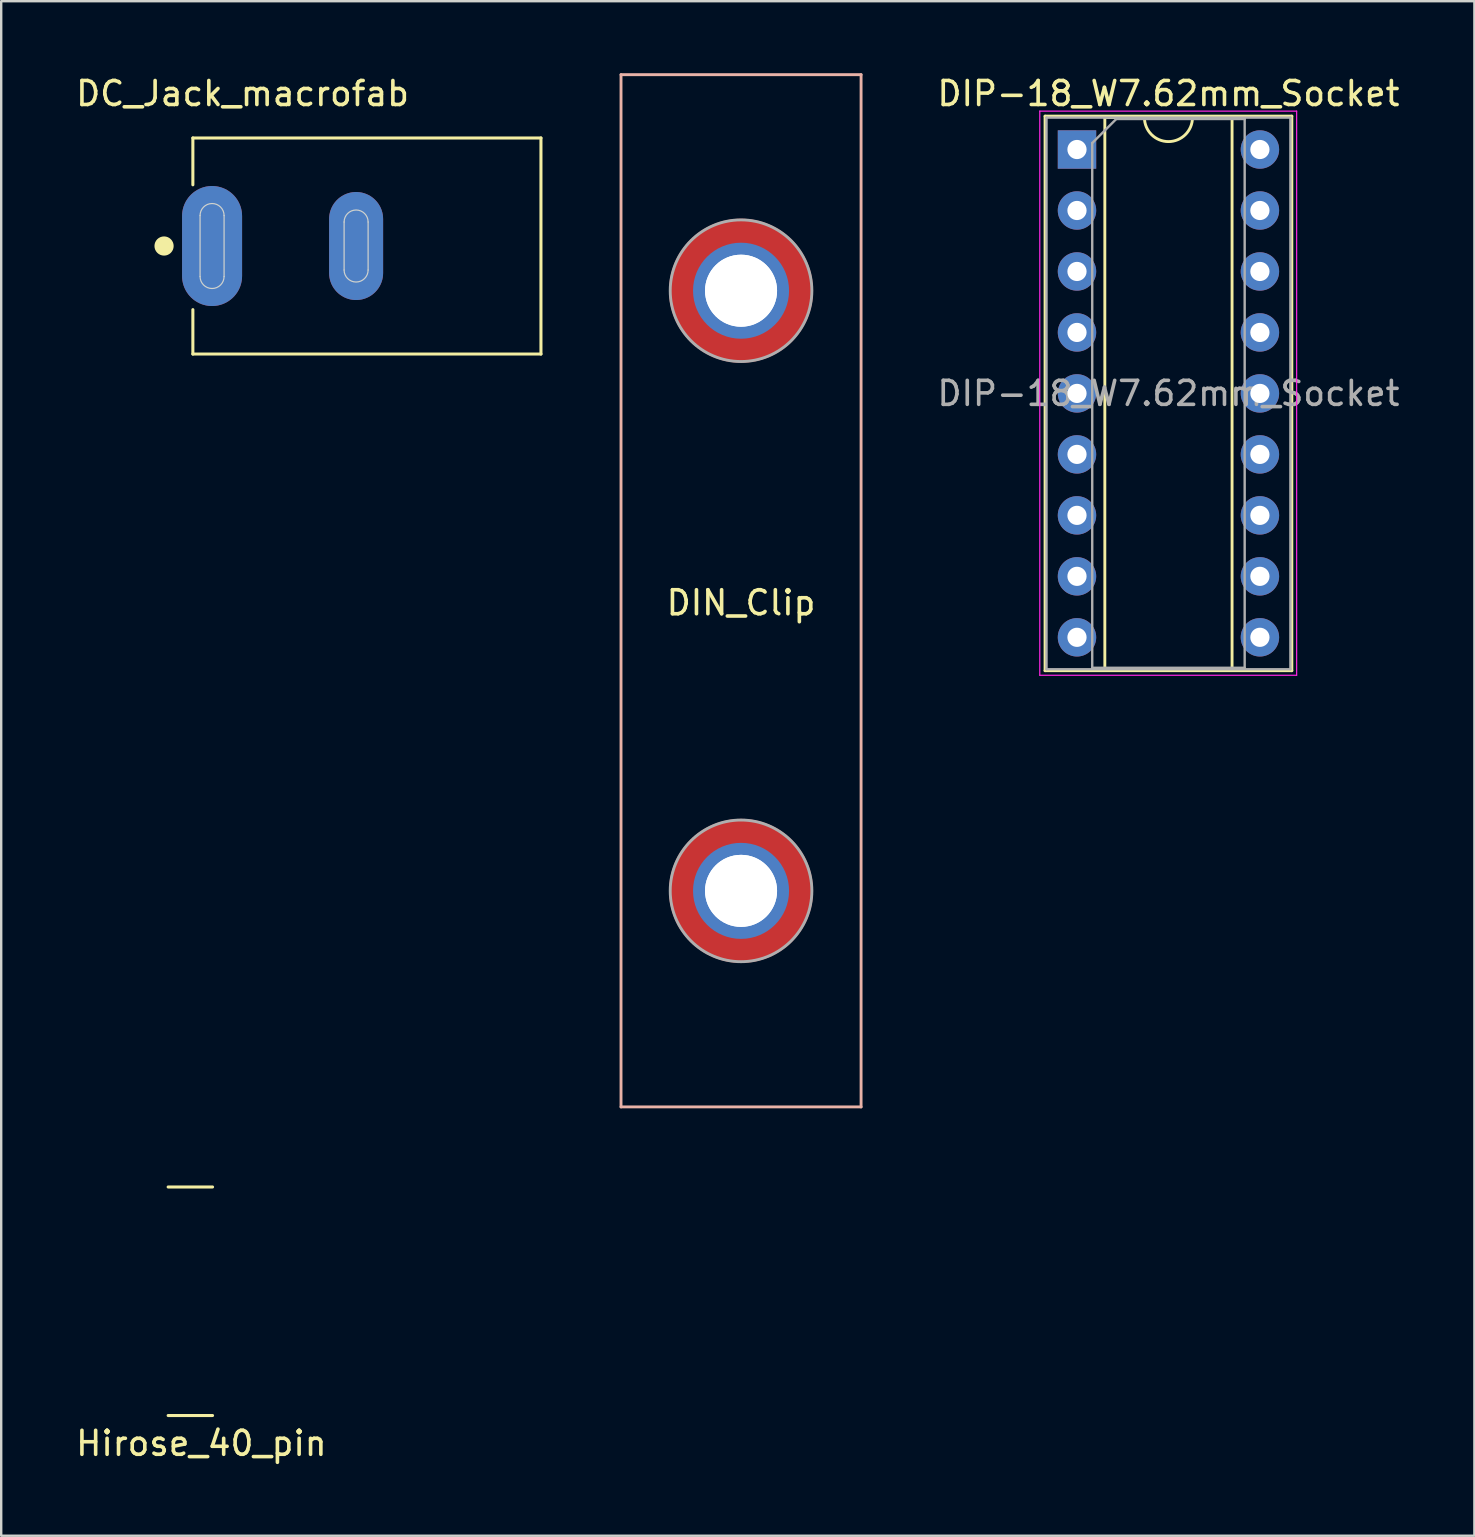
<source format=kicad_pcb>
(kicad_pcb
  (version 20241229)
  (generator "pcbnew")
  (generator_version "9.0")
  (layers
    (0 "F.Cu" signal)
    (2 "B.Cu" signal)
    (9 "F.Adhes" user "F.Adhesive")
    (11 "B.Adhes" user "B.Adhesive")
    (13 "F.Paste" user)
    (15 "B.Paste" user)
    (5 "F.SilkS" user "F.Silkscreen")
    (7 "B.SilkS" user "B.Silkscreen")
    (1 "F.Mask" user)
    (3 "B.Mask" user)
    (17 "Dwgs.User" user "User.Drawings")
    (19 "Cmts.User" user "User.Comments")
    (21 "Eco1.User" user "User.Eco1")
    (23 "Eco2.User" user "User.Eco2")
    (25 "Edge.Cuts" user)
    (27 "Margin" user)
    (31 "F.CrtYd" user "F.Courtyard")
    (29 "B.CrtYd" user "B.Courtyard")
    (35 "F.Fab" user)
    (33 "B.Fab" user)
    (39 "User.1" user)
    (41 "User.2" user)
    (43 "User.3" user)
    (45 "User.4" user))
  (footprint "Hirose_40_pin"
    (layer "F.Cu")
    (at 4.879 51.155)
    (property "Reference" "Hirose_40_pin" (at 0.46 5.92 0) (layer "F.SilkS") (effects (font (size 1 1) (thickness 0.15))))
    (attr through_hole)
    (fp_line (start -0.925 4.76) (end 0.925 4.76) (stroke (width 0.127) (type solid)) (layer "F.SilkS"))
    (fp_line (start 0.925 -4.76) (end -0.925 -4.76) (stroke (width 0.127) (type solid)) (layer "F.SilkS"))
    (fp_line (start -1.935 -5.01) (end -1.935 5.01) (stroke (width 0.05) (type solid)) (layer "Eco1.User"))
    (fp_line (start -1.935 5.01) (end 1.935 5.01) (stroke (width 0.05) (type solid)) (layer "Eco1.User"))
    (fp_line (start 1.935 -5.01) (end -1.935 -5.01) (stroke (width 0.05) (type solid)) (layer "Eco1.User"))
    (fp_line (start 1.935 5.01) (end 1.935 -5.01) (stroke (width 0.05) (type solid)) (layer "Eco1.User"))
    (fp_line (start -0.925 -4.76) (end -0.925 4.76) (stroke (width 0.127) (type solid)) (layer "Eco2.User"))
    (fp_line (start -0.925 4.76) (end 0.925 4.76) (stroke (width 0.127) (type solid)) (layer "Eco2.User"))
    (fp_line (start 0.925 -4.76) (end -0.925 -4.76) (stroke (width 0.127) (type solid)) (layer "Eco2.User"))
    (fp_line (start 0.925 4.76) (end 0.925 -4.76) (stroke (width 0.127) (type solid)) (layer "Eco2.User")))
  (footprint "DIN_Clip"
    (layer "F.Cu")
    (at 27.819 21.56)
    (property "Reference" "DIN_Clip" (at 0 0.5 0) (layer "F.SilkS") (effects (font (size 1 1) (thickness 0.15))))
    (fp_line (start -5 -21.5) (end 5 -21.5) (stroke (width 0.12) (type solid)) (layer "B.SilkS"))
    (fp_line (start -5 21.5) (end -5 -21.5) (stroke (width 0.12) (type solid)) (layer "B.SilkS"))
    (fp_line (start -5 21.5) (end 5 21.5) (stroke (width 0.12) (type solid)) (layer "B.SilkS"))
    (fp_line (start 5 -21.5) (end 5 21.5) (stroke (width 0.12) (type solid)) (layer "B.SilkS"))
    (fp_circle (center 0 -12.5) (end 2.95 -12.5) (stroke (width 0.12) (type solid)) (fill no) (layer "F.Fab"))
    (fp_circle (center 0 12.5) (end 2.95 12.5) (stroke (width 0.12) (type solid)) (fill no) (layer "F.Fab"))
    (pad "" np_thru_hole circle (at 0 -12.5) (size 6 6) (drill 3) (layers "F.Cu" "F.Mask"))
    (pad "" np_thru_hole circle (at 0 12.5) (size 6 6) (drill 3) (layers "F.Cu" "F.Mask"))
    (pad "1" thru_hole circle (at 0 -12.5) (size 4 4) (drill 3) (layers "*.Cu" "*.Mask"))
    (pad "2" thru_hole circle (at 0 12.5) (size 4 4) (drill 3) (layers "*.Cu" "*.Mask")))
  (footprint "DIP-18_W7.62mm_Socket"
    (layer "F.Cu")
    (at 45.613 13.328)
    (property "Reference" "DIP-18_W7.62mm_Socket" (at 0.01 -12.48 0) (layer "F.SilkS") (effects (font (size 1 1) (thickness 0.15))))
    (attr through_hole)
    (fp_line (start -5.13 -11.54) (end -5.13 11.56) (stroke (width 0.12) (type solid)) (layer "F.SilkS"))
    (fp_line (start -5.13 11.56) (end 5.15 11.56) (stroke (width 0.12) (type solid)) (layer "F.SilkS"))
    (fp_line (start -2.64 -11.48) (end -2.64 11.5) (stroke (width 0.12) (type solid)) (layer "F.SilkS"))
    (fp_line (start -2.64 11.5) (end 2.66 11.5) (stroke (width 0.12) (type solid)) (layer "F.SilkS"))
    (fp_line (start -0.99 -11.48) (end -2.64 -11.48) (stroke (width 0.12) (type solid)) (layer "F.SilkS"))
    (fp_line (start 2.66 -11.48) (end 1.01 -11.48) (stroke (width 0.12) (type solid)) (layer "F.SilkS"))
    (fp_line (start 2.66 11.5) (end 2.66 -11.48) (stroke (width 0.12) (type solid)) (layer "F.SilkS"))
    (fp_line (start 5.15 -11.54) (end -5.13 -11.54) (stroke (width 0.12) (type solid)) (layer "F.SilkS"))
    (fp_line (start 5.15 11.56) (end 5.15 -11.54) (stroke (width 0.12) (type solid)) (layer "F.SilkS"))
    (fp_arc (start 1.01 -11.48) (mid 0.01 -10.48) (end -0.99 -11.48) (stroke (width 0.12) (type solid)) (layer "F.SilkS"))
    (fp_line (start -5.35 -11.75) (end -5.35 11.75) (stroke (width 0.05) (type solid)) (layer "F.CrtYd"))
    (fp_line (start -5.35 11.75) (end 5.35 11.75) (stroke (width 0.05) (type solid)) (layer "F.CrtYd"))
    (fp_line (start 5.35 -11.75) (end -5.35 -11.75) (stroke (width 0.05) (type solid)) (layer "F.CrtYd"))
    (fp_line (start 5.35 11.75) (end 5.35 -11.75) (stroke (width 0.05) (type solid)) (layer "F.CrtYd"))
    (fp_line (start -5.07 -11.48) (end -5.07 11.5) (stroke (width 0.1) (type solid)) (layer "F.Fab"))
    (fp_line (start -5.07 11.5) (end 5.09 11.5) (stroke (width 0.1) (type solid)) (layer "F.Fab"))
    (fp_line (start -3.165 -10.42) (end -2.165 -11.42) (stroke (width 0.1) (type solid)) (layer "F.Fab"))
    (fp_line (start -3.165 11.44) (end -3.165 -10.42) (stroke (width 0.1) (type solid)) (layer "F.Fab"))
    (fp_line (start -2.165 -11.42) (end 3.185 -11.42) (stroke (width 0.1) (type solid)) (layer "F.Fab"))
    (fp_line (start 3.185 -11.42) (end 3.185 11.44) (stroke (width 0.1) (type solid)) (layer "F.Fab"))
    (fp_line (start 3.185 11.44) (end -3.165 11.44) (stroke (width 0.1) (type solid)) (layer "F.Fab"))
    (fp_line (start 5.09 -11.48) (end -5.07 -11.48) (stroke (width 0.1) (type solid)) (layer "F.Fab"))
    (fp_line (start 5.09 11.5) (end 5.09 -11.48) (stroke (width 0.1) (type solid)) (layer "F.Fab"))
    (fp_text user "${REFERENCE}" (at 0.01 0.01 0) (layer "F.Fab") (effects (font (size 1 1) (thickness 0.15))))
    (pad "1" thru_hole rect (at -3.8 -10.15) (size 1.6 1.6) (drill 0.8) (layers "*.Cu" "*.Mask"))
    (pad "2" thru_hole oval (at -3.8 -7.61) (size 1.6 1.6) (drill 0.8) (layers "*.Cu" "*.Mask"))
    (pad "3" thru_hole oval (at -3.8 -5.07) (size 1.6 1.6) (drill 0.8) (layers "*.Cu" "*.Mask"))
    (pad "4" thru_hole oval (at -3.8 -2.53) (size 1.6 1.6) (drill 0.8) (layers "*.Cu" "*.Mask"))
    (pad "5" thru_hole oval (at -3.8 0.01) (size 1.6 1.6) (drill 0.8) (layers "*.Cu" "*.Mask"))
    (pad "6" thru_hole oval (at -3.8 2.55) (size 1.6 1.6) (drill 0.8) (layers "*.Cu" "*.Mask"))
    (pad "7" thru_hole oval (at -3.8 5.09) (size 1.6 1.6) (drill 0.8) (layers "*.Cu" "*.Mask"))
    (pad "8" thru_hole oval (at -3.8 7.63) (size 1.6 1.6) (drill 0.8) (layers "*.Cu" "*.Mask"))
    (pad "9" thru_hole oval (at -3.8 10.17) (size 1.6 1.6) (drill 0.8) (layers "*.Cu" "*.Mask"))
    (pad "10" thru_hole oval (at 3.82 10.17) (size 1.6 1.6) (drill 0.8) (layers "*.Cu" "*.Mask"))
    (pad "11" thru_hole oval (at 3.82 7.63) (size 1.6 1.6) (drill 0.8) (layers "*.Cu" "*.Mask"))
    (pad "12" thru_hole oval (at 3.82 5.09) (size 1.6 1.6) (drill 0.8) (layers "*.Cu" "*.Mask"))
    (pad "13" thru_hole oval (at 3.82 2.55) (size 1.6 1.6) (drill 0.8) (layers "*.Cu" "*.Mask"))
    (pad "14" thru_hole oval (at 3.82 0.01) (size 1.6 1.6) (drill 0.8) (layers "*.Cu" "*.Mask"))
    (pad "15" thru_hole oval (at 3.82 -2.53) (size 1.6 1.6) (drill 0.8) (layers "*.Cu" "*.Mask"))
    (pad "16" thru_hole oval (at 3.82 -5.07) (size 1.6 1.6) (drill 0.8) (layers "*.Cu" "*.Mask"))
    (pad "17" thru_hole oval (at 3.82 -7.61) (size 1.6 1.6) (drill 0.8) (layers "*.Cu" "*.Mask"))
    (pad "18" thru_hole oval (at 3.82 -10.15) (size 1.6 1.6) (drill 0.8) (layers "*.Cu" "*.Mask")))
  (footprint "DC_Jack_macrofab"
    (layer "F.Cu")
    (at 5.784 7.198)
    (property "Reference" "DC_Jack_macrofab" (at 1.27 -6.35 0) (layer "F.SilkS") (effects (font (size 1 1) (thickness 0.15))))
    (attr through_hole)
    (fp_line (start -0.8 -4.5) (end 13.7 -4.5) (stroke (width 0.127) (type solid)) (layer "F.SilkS"))
    (fp_line (start -0.8 -2.55) (end -0.8 -4.5) (stroke (width 0.127) (type solid)) (layer "F.SilkS"))
    (fp_line (start -0.8 4.5) (end -0.8 2.65) (stroke (width 0.127) (type solid)) (layer "F.SilkS"))
    (fp_line (start 13.7 -4.5) (end 13.7 4.5) (stroke (width 0.127) (type solid)) (layer "F.SilkS"))
    (fp_line (start 13.7 4.5) (end -0.8 4.5) (stroke (width 0.127) (type solid)) (layer "F.SilkS"))
    (fp_circle (center -2 0) (end -1.8 0) (stroke (width 0.4) (type solid)) (fill no) (layer "F.SilkS"))
    (fp_line (start -1.55 -2.25) (end -1.55 2.35) (stroke (width 0.05) (type solid)) (layer "Eco1.User"))
    (fp_line (start -1.55 2.35) (end -1.1 2.35) (stroke (width 0.05) (type solid)) (layer "Eco1.User"))
    (fp_line (start -1.1 -4.75) (end 13.95 -4.75) (stroke (width 0.05) (type solid)) (layer "Eco1.User"))
    (fp_line (start -1.1 -2.25) (end -1.55 -2.25) (stroke (width 0.05) (type solid)) (layer "Eco1.User"))
    (fp_line (start -1.1 -2.25) (end -1.1 -4.75) (stroke (width 0.05) (type solid)) (layer "Eco1.User"))
    (fp_line (start -1.1 4.75) (end -1.1 2.35) (stroke (width 0.05) (type solid)) (layer "Eco1.User"))
    (fp_line (start 13.95 -4.75) (end 13.95 4.75) (stroke (width 0.05) (type solid)) (layer "Eco1.User"))
    (fp_line (start 13.95 4.75) (end -1.1 4.75) (stroke (width 0.05) (type solid)) (layer "Eco1.User"))
    (fp_line (start -0.8 -4.5) (end 13.7 -4.5) (stroke (width 0.127) (type solid)) (layer "Eco2.User"))
    (fp_line (start 13.7 -4.5) (end 13.7 4.5) (stroke (width 0.127) (type solid)) (layer "Eco2.User"))
    (fp_line (start 13.7 4.5) (end -0.8 4.5) (stroke (width 0.127) (type solid)) (layer "Eco2.User"))
    (fp_line (start -0.5 -1.27) (end -0.5 1.27) (stroke (width 0.05) (type solid)) (layer "Edge.Cuts"))
    (fp_line (start 0.5 1.27) (end 0.5 -1.27) (stroke (width 0.05) (type solid)) (layer "Edge.Cuts"))
    (fp_line (start 5.5 -1) (end 5.5 1) (stroke (width 0.05) (type solid)) (layer "Edge.Cuts"))
    (fp_line (start 6.5 1) (end 6.5 -1) (stroke (width 0.05) (type solid)) (layer "Edge.Cuts"))
    (fp_arc (start -0.5 -1.27) (mid 0 -1.77) (end 0.5 -1.27) (stroke (width 0.05) (type solid)) (layer "Edge.Cuts"))
    (fp_arc (start 0.5 1.27) (mid 0 1.77) (end -0.5 1.27) (stroke (width 0.05) (type solid)) (layer "Edge.Cuts"))
    (fp_arc (start 5.5 -1) (mid 6 -1.5) (end 6.5 -1) (stroke (width 0.05) (type solid)) (layer "Edge.Cuts"))
    (fp_arc (start 6.5 1) (mid 6 1.5) (end 5.5 1) (stroke (width 0.05) (type solid)) (layer "Edge.Cuts"))
    (pad "1" smd oval (at 0 0 90) (size 5 2.5) (layers "F.Cu" "F.Mask"))
    (pad "1" smd oval (at 0 0 90) (size 5 2.5) (layers "B.Cu" "B.Mask"))
    (pad "2" smd oval (at 6 0 90) (size 4.5 2.25) (layers "F.Cu" "F.Mask"))
    (pad "2" smd oval (at 6 0 90) (size 4.5 2.25) (layers "B.Cu" "B.Mask")))
  (gr_rect
    (start -3 -3)
    (end 58.367 60.923)
    (stroke (width 0.1) (type default))
    (fill no)
    (layer "Edge.Cuts")))
</source>
